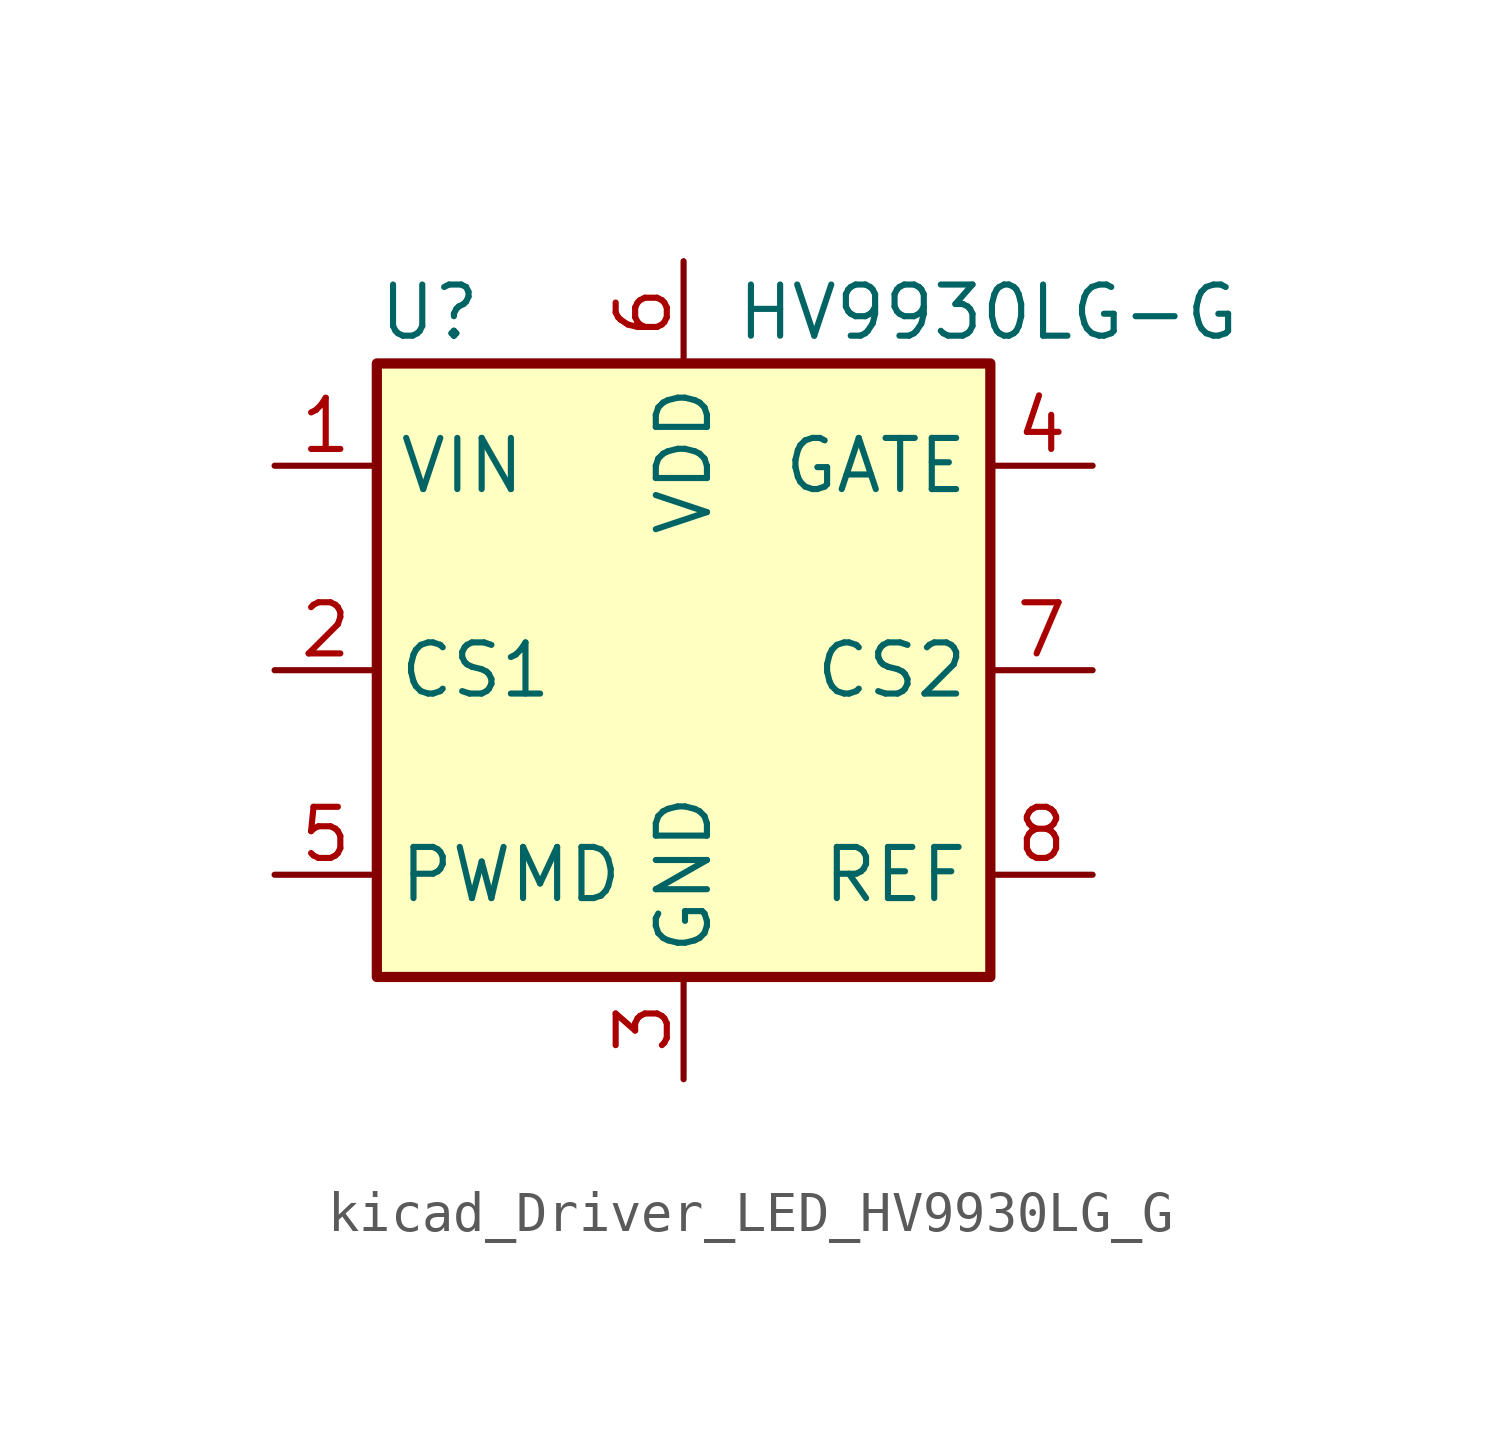
<source format=kicad_sym>
(kicad_symbol_lib
  (version 20220914)
  (generator kicad_symbol_editor)
  (symbol "kicad_Driver_LED_HV9930LG_G"
    (property "Reference" "U"
      (at -7.62 8.89 0)
      (effects (font (size 1.27 1.27)) (justify left)))
    (property "Value" "HV9930LG-G"
      (at 1.27 8.89 0)
      (effects (font (size 1.27 1.27)) (justify left)))
    (symbol "kicad_Driver_LED_HV9930LG_G_0_1"
      (rectangle (start -7.62 7.62) (end 7.62 -7.62) (stroke (width 0.254) (type default)) (fill (type background))))
    (symbol "kicad_Driver_LED_HV9930LG_G_1_1"
      (pin power_in line (at -10.16 5.08 0) (length 2.54) (name "VIN" (effects (font (size 1.27 1.27)))) (number "1" (effects (font (size 1.27 1.27)))))
      (pin input line (at -10.16 0 0) (length 2.54) (name "CS1" (effects (font (size 1.27 1.27)))) (number "2" (effects (font (size 1.27 1.27)))))
      (pin power_in line (at 0 -10.16 90) (length 2.54) (name "GND" (effects (font (size 1.27 1.27)))) (number "3" (effects (font (size 1.27 1.27)))))
      (pin output line (at 10.16 5.08 180) (length 2.54) (name "GATE" (effects (font (size 1.27 1.27)))) (number "4" (effects (font (size 1.27 1.27)))))
      (pin output line (at -10.16 -5.08 0) (length 2.54) (name "PWMD" (effects (font (size 1.27 1.27)))) (number "5" (effects (font (size 1.27 1.27)))))
      (pin power_out line (at 0 10.16 270) (length 2.54) (name "VDD" (effects (font (size 1.27 1.27)))) (number "6" (effects (font (size 1.27 1.27)))))
      (pin input line (at 10.16 0 180) (length 2.54) (name "CS2" (effects (font (size 1.27 1.27)))) (number "7" (effects (font (size 1.27 1.27)))))
      (pin input line (at 10.16 -5.08 180) (length 2.54) (name "REF" (effects (font (size 1.27 1.27)))) (number "8" (effects (font (size 1.27 1.27))))))))
</source>
